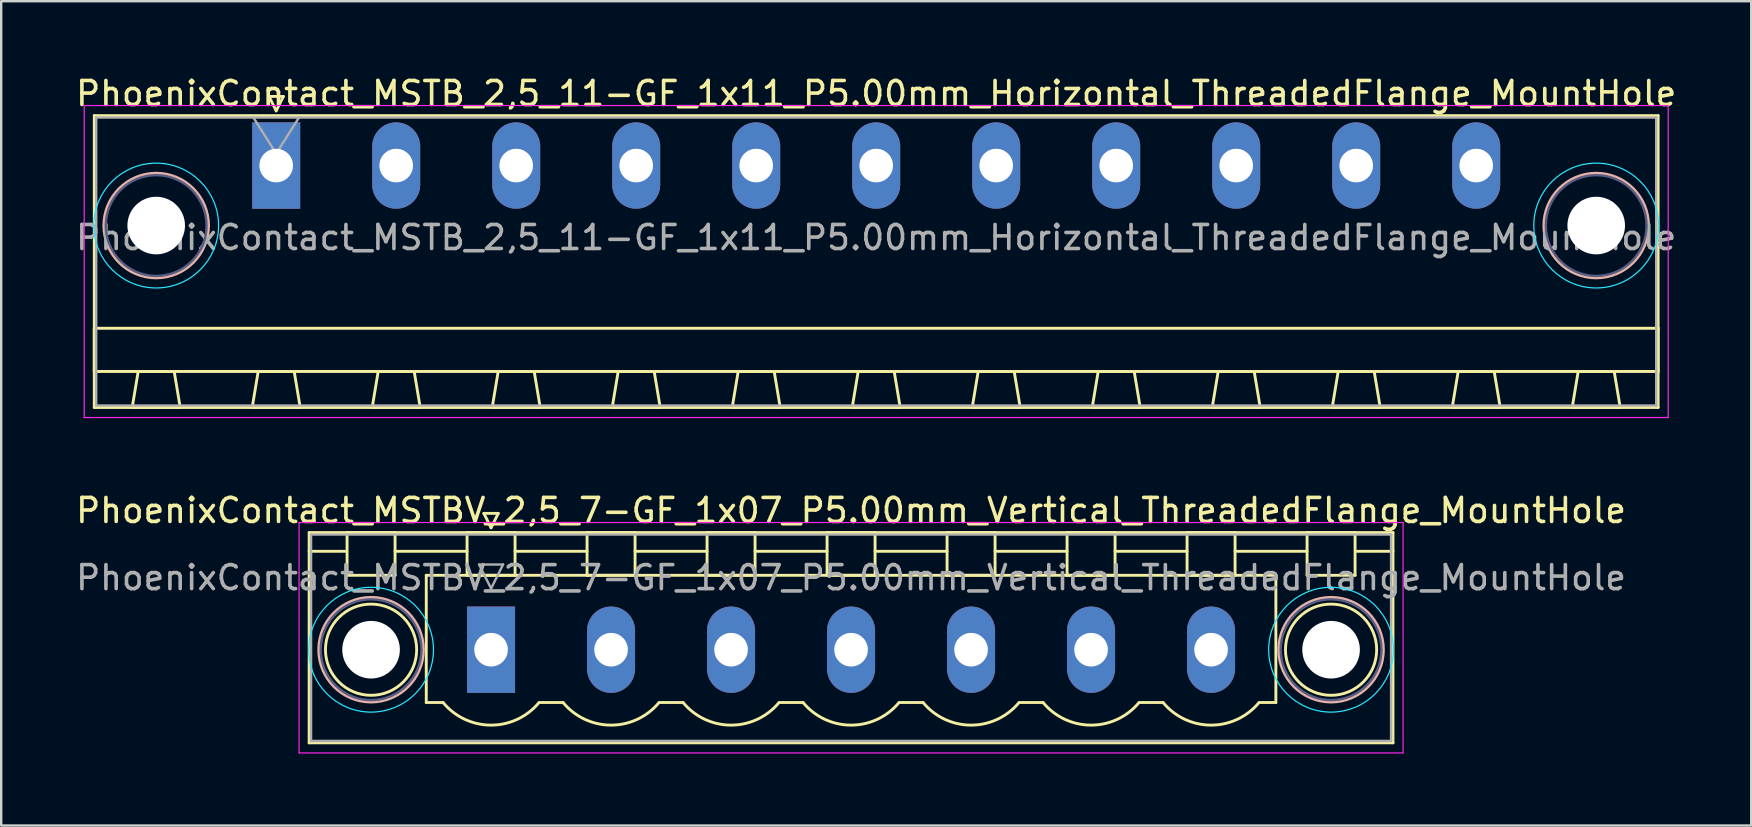
<source format=kicad_pcb>
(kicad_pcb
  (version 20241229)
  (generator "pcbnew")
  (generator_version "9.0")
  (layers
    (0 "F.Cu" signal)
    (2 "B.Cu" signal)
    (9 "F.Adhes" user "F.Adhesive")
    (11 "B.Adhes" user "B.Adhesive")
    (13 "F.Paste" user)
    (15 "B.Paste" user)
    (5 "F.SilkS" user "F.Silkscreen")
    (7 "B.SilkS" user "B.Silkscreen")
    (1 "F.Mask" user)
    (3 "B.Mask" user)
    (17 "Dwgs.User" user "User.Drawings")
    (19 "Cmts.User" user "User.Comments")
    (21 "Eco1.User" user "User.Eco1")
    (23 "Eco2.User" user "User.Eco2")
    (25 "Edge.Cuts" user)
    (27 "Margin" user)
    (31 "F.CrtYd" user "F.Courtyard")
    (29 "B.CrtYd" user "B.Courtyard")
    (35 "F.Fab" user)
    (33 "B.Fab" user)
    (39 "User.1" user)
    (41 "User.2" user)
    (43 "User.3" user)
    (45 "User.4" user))
  (footprint "PhoenixContact_MSTB_2,5_11-GF_1x11_P5.00mm_Horizontal_ThreadedFlange_MountHole"
    (layer "F.Cu")
    (at 8.458 3.848)
    (property "Reference" "PhoenixContact_MSTB_2,5_11-GF_1x11_P5.00mm_Horizontal_ThreadedFlange_MountHole" (at 25 -3 0) (layer "F.SilkS") (effects (font (size 1 1) (thickness 0.15))))
    (attr through_hole)
    (fp_line (start -7.58 -2.08) (end -7.58 10.08) (stroke (width 0.12) (type solid)) (layer "F.SilkS"))
    (fp_line (start -7.58 6.78) (end 57.58 6.78) (stroke (width 0.12) (type solid)) (layer "F.SilkS"))
    (fp_line (start -7.58 8.58) (end -7.58 6.78) (stroke (width 0.12) (type solid)) (layer "F.SilkS"))
    (fp_line (start -7.58 10.08) (end 57.58 10.08) (stroke (width 0.12) (type solid)) (layer "F.SilkS"))
    (fp_line (start -6 10.08) (end -4 10.08) (stroke (width 0.12) (type solid)) (layer "F.SilkS"))
    (fp_line (start -5.75 8.58) (end -6 10.08) (stroke (width 0.12) (type solid)) (layer "F.SilkS"))
    (fp_line (start -4.25 8.58) (end -5.75 8.58) (stroke (width 0.12) (type solid)) (layer "F.SilkS"))
    (fp_line (start -4 10.08) (end -4.25 8.58) (stroke (width 0.12) (type solid)) (layer "F.SilkS"))
    (fp_line (start -1 10.08) (end 1 10.08) (stroke (width 0.12) (type solid)) (layer "F.SilkS"))
    (fp_line (start -0.75 8.58) (end -1 10.08) (stroke (width 0.12) (type solid)) (layer "F.SilkS"))
    (fp_line (start -0.3 -2.88) (end 0.3 -2.88) (stroke (width 0.12) (type solid)) (layer "F.SilkS"))
    (fp_line (start 0 -2.28) (end -0.3 -2.88) (stroke (width 0.12) (type solid)) (layer "F.SilkS"))
    (fp_line (start 0.3 -2.88) (end 0 -2.28) (stroke (width 0.12) (type solid)) (layer "F.SilkS"))
    (fp_line (start 0.75 8.58) (end -0.75 8.58) (stroke (width 0.12) (type solid)) (layer "F.SilkS"))
    (fp_line (start 1 10.08) (end 0.75 8.58) (stroke (width 0.12) (type solid)) (layer "F.SilkS"))
    (fp_line (start 4 10.08) (end 6 10.08) (stroke (width 0.12) (type solid)) (layer "F.SilkS"))
    (fp_line (start 4.25 8.58) (end 4 10.08) (stroke (width 0.12) (type solid)) (layer "F.SilkS"))
    (fp_line (start 5.75 8.58) (end 4.25 8.58) (stroke (width 0.12) (type solid)) (layer "F.SilkS"))
    (fp_line (start 6 10.08) (end 5.75 8.58) (stroke (width 0.12) (type solid)) (layer "F.SilkS"))
    (fp_line (start 9 10.08) (end 11 10.08) (stroke (width 0.12) (type solid)) (layer "F.SilkS"))
    (fp_line (start 9.25 8.58) (end 9 10.08) (stroke (width 0.12) (type solid)) (layer "F.SilkS"))
    (fp_line (start 10.75 8.58) (end 9.25 8.58) (stroke (width 0.12) (type solid)) (layer "F.SilkS"))
    (fp_line (start 11 10.08) (end 10.75 8.58) (stroke (width 0.12) (type solid)) (layer "F.SilkS"))
    (fp_line (start 14 10.08) (end 16 10.08) (stroke (width 0.12) (type solid)) (layer "F.SilkS"))
    (fp_line (start 14.25 8.58) (end 14 10.08) (stroke (width 0.12) (type solid)) (layer "F.SilkS"))
    (fp_line (start 15.75 8.58) (end 14.25 8.58) (stroke (width 0.12) (type solid)) (layer "F.SilkS"))
    (fp_line (start 16 10.08) (end 15.75 8.58) (stroke (width 0.12) (type solid)) (layer "F.SilkS"))
    (fp_line (start 19 10.08) (end 21 10.08) (stroke (width 0.12) (type solid)) (layer "F.SilkS"))
    (fp_line (start 19.25 8.58) (end 19 10.08) (stroke (width 0.12) (type solid)) (layer "F.SilkS"))
    (fp_line (start 20.75 8.58) (end 19.25 8.58) (stroke (width 0.12) (type solid)) (layer "F.SilkS"))
    (fp_line (start 21 10.08) (end 20.75 8.58) (stroke (width 0.12) (type solid)) (layer "F.SilkS"))
    (fp_line (start 24 10.08) (end 26 10.08) (stroke (width 0.12) (type solid)) (layer "F.SilkS"))
    (fp_line (start 24.25 8.58) (end 24 10.08) (stroke (width 0.12) (type solid)) (layer "F.SilkS"))
    (fp_line (start 25.75 8.58) (end 24.25 8.58) (stroke (width 0.12) (type solid)) (layer "F.SilkS"))
    (fp_line (start 26 10.08) (end 25.75 8.58) (stroke (width 0.12) (type solid)) (layer "F.SilkS"))
    (fp_line (start 29 10.08) (end 31 10.08) (stroke (width 0.12) (type solid)) (layer "F.SilkS"))
    (fp_line (start 29.25 8.58) (end 29 10.08) (stroke (width 0.12) (type solid)) (layer "F.SilkS"))
    (fp_line (start 30.75 8.58) (end 29.25 8.58) (stroke (width 0.12) (type solid)) (layer "F.SilkS"))
    (fp_line (start 31 10.08) (end 30.75 8.58) (stroke (width 0.12) (type solid)) (layer "F.SilkS"))
    (fp_line (start 34 10.08) (end 36 10.08) (stroke (width 0.12) (type solid)) (layer "F.SilkS"))
    (fp_line (start 34.25 8.58) (end 34 10.08) (stroke (width 0.12) (type solid)) (layer "F.SilkS"))
    (fp_line (start 35.75 8.58) (end 34.25 8.58) (stroke (width 0.12) (type solid)) (layer "F.SilkS"))
    (fp_line (start 36 10.08) (end 35.75 8.58) (stroke (width 0.12) (type solid)) (layer "F.SilkS"))
    (fp_line (start 39 10.08) (end 41 10.08) (stroke (width 0.12) (type solid)) (layer "F.SilkS"))
    (fp_line (start 39.25 8.58) (end 39 10.08) (stroke (width 0.12) (type solid)) (layer "F.SilkS"))
    (fp_line (start 40.75 8.58) (end 39.25 8.58) (stroke (width 0.12) (type solid)) (layer "F.SilkS"))
    (fp_line (start 41 10.08) (end 40.75 8.58) (stroke (width 0.12) (type solid)) (layer "F.SilkS"))
    (fp_line (start 44 10.08) (end 46 10.08) (stroke (width 0.12) (type solid)) (layer "F.SilkS"))
    (fp_line (start 44.25 8.58) (end 44 10.08) (stroke (width 0.12) (type solid)) (layer "F.SilkS"))
    (fp_line (start 45.75 8.58) (end 44.25 8.58) (stroke (width 0.12) (type solid)) (layer "F.SilkS"))
    (fp_line (start 46 10.08) (end 45.75 8.58) (stroke (width 0.12) (type solid)) (layer "F.SilkS"))
    (fp_line (start 49 10.08) (end 51 10.08) (stroke (width 0.12) (type solid)) (layer "F.SilkS"))
    (fp_line (start 49.25 8.58) (end 49 10.08) (stroke (width 0.12) (type solid)) (layer "F.SilkS"))
    (fp_line (start 50.75 8.58) (end 49.25 8.58) (stroke (width 0.12) (type solid)) (layer "F.SilkS"))
    (fp_line (start 51 10.08) (end 50.75 8.58) (stroke (width 0.12) (type solid)) (layer "F.SilkS"))
    (fp_line (start 54 10.08) (end 56 10.08) (stroke (width 0.12) (type solid)) (layer "F.SilkS"))
    (fp_line (start 54.25 8.58) (end 54 10.08) (stroke (width 0.12) (type solid)) (layer "F.SilkS"))
    (fp_line (start 55.75 8.58) (end 54.25 8.58) (stroke (width 0.12) (type solid)) (layer "F.SilkS"))
    (fp_line (start 56 10.08) (end 55.75 8.58) (stroke (width 0.12) (type solid)) (layer "F.SilkS"))
    (fp_line (start 57.58 -2.08) (end -7.58 -2.08) (stroke (width 0.12) (type solid)) (layer "F.SilkS"))
    (fp_line (start 57.58 6.78) (end 57.58 8.58) (stroke (width 0.12) (type solid)) (layer "F.SilkS"))
    (fp_line (start 57.58 8.58) (end -7.58 8.58) (stroke (width 0.12) (type solid)) (layer "F.SilkS"))
    (fp_line (start 57.58 10.08) (end 57.58 -2.08) (stroke (width 0.12) (type solid)) (layer "F.SilkS"))
    (fp_circle (center -5 2.5) (end -2.82 2.5) (stroke (width 0.12) (type solid)) (fill no) (layer "B.SilkS"))
    (fp_circle (center 55 2.5) (end 57.18 2.5) (stroke (width 0.12) (type solid)) (fill no) (layer "B.SilkS"))
    (fp_circle (center -5 2.5) (end -2.4 2.5) (stroke (width 0.05) (type solid)) (fill no) (layer "B.CrtYd"))
    (fp_circle (center 55 2.5) (end 57.6 2.5) (stroke (width 0.05) (type solid)) (fill no) (layer "B.CrtYd"))
    (fp_line (start -8 -2.5) (end -8 10.5) (stroke (width 0.05) (type solid)) (layer "F.CrtYd"))
    (fp_line (start -8 10.5) (end 58 10.5) (stroke (width 0.05) (type solid)) (layer "F.CrtYd"))
    (fp_line (start 58 -2.5) (end -8 -2.5) (stroke (width 0.05) (type solid)) (layer "F.CrtYd"))
    (fp_line (start 58 10.5) (end 58 -2.5) (stroke (width 0.05) (type solid)) (layer "F.CrtYd"))
    (fp_circle (center -5 2.5) (end -2.9 2.5) (stroke (width 0.1) (type solid)) (fill no) (layer "B.Fab"))
    (fp_circle (center 55 2.5) (end 57.1 2.5) (stroke (width 0.1) (type solid)) (fill no) (layer "B.Fab"))
    (fp_line (start -7.5 -2) (end -7.5 10) (stroke (width 0.1) (type solid)) (layer "F.Fab"))
    (fp_line (start -7.5 10) (end 57.5 10) (stroke (width 0.1) (type solid)) (layer "F.Fab"))
    (fp_line (start 0 -0.5) (end -0.95 -2) (stroke (width 0.1) (type solid)) (layer "F.Fab"))
    (fp_line (start 0.95 -2) (end 0 -0.5) (stroke (width 0.1) (type solid)) (layer "F.Fab"))
    (fp_line (start 57.5 -2) (end -7.5 -2) (stroke (width 0.1) (type solid)) (layer "F.Fab"))
    (fp_line (start 57.5 10) (end 57.5 -2) (stroke (width 0.1) (type solid)) (layer "F.Fab"))
    (fp_text user "${REFERENCE}" (at 25 3 0) (layer "F.Fab") (effects (font (size 1 1) (thickness 0.15))))
    (pad "" np_thru_hole circle (at -5 2.5) (size 2.4 2.4) (drill 2.4) (layers "*.Cu" "*.Mask"))
    (pad "" np_thru_hole circle (at 55 2.5) (size 2.4 2.4) (drill 2.4) (layers "*.Cu" "*.Mask"))
    (pad "1" thru_hole rect (at 0 0) (size 2 3.6) (drill 1.4) (layers "*.Cu" "*.Mask"))
    (pad "2" thru_hole oval (at 5 0) (size 2 3.6) (drill 1.4) (layers "*.Cu" "*.Mask"))
    (pad "3" thru_hole oval (at 10 0) (size 2 3.6) (drill 1.4) (layers "*.Cu" "*.Mask"))
    (pad "4" thru_hole oval (at 15 0) (size 2 3.6) (drill 1.4) (layers "*.Cu" "*.Mask"))
    (pad "5" thru_hole oval (at 20 0) (size 2 3.6) (drill 1.4) (layers "*.Cu" "*.Mask"))
    (pad "6" thru_hole oval (at 25 0) (size 2 3.6) (drill 1.4) (layers "*.Cu" "*.Mask"))
    (pad "7" thru_hole oval (at 30 0) (size 2 3.6) (drill 1.4) (layers "*.Cu" "*.Mask"))
    (pad "8" thru_hole oval (at 35 0) (size 2 3.6) (drill 1.4) (layers "*.Cu" "*.Mask"))
    (pad "9" thru_hole oval (at 40 0) (size 2 3.6) (drill 1.4) (layers "*.Cu" "*.Mask"))
    (pad "10" thru_hole oval (at 45 0) (size 2 3.6) (drill 1.4) (layers "*.Cu" "*.Mask"))
    (pad "11" thru_hole oval (at 50 0) (size 2 3.6) (drill 1.4) (layers "*.Cu" "*.Mask")))
  (footprint "PhoenixContact_MSTBV_2,5_7-GF_1x07_P5.00mm_Vertical_ThreadedFlange_MountHole"
    (layer "F.Cu")
    (at 17.411 24.021)
    (property "Reference" "PhoenixContact_MSTBV_2,5_7-GF_1x07_P5.00mm_Vertical_ThreadedFlange_MountHole" (at 15 -5.8 0) (layer "F.SilkS") (effects (font (size 1 1) (thickness 0.15))))
    (attr through_hole)
    (fp_line (start -7.58 -4.88) (end -7.58 3.88) (stroke (width 0.12) (type solid)) (layer "F.SilkS"))
    (fp_line (start -7.58 -4.1) (end -6.08 -4.1) (stroke (width 0.12) (type solid)) (layer "F.SilkS"))
    (fp_line (start -7.58 3.88) (end 37.58 3.88) (stroke (width 0.12) (type solid)) (layer "F.SilkS"))
    (fp_line (start -6 -4.88) (end -4 -4.88) (stroke (width 0.12) (type solid)) (layer "F.SilkS"))
    (fp_line (start -6 -3.1) (end -6 -4.88) (stroke (width 0.12) (type solid)) (layer "F.SilkS"))
    (fp_line (start -4 -4.88) (end -4 -3.1) (stroke (width 0.12) (type solid)) (layer "F.SilkS"))
    (fp_line (start -4 -4.1) (end -1 -4.1) (stroke (width 0.12) (type solid)) (layer "F.SilkS"))
    (fp_line (start -4 -3.1) (end -6 -3.1) (stroke (width 0.12) (type solid)) (layer "F.SilkS"))
    (fp_line (start -2.7 -3.1) (end 32.7 -3.1) (stroke (width 0.12) (type solid)) (layer "F.SilkS"))
    (fp_line (start -2.7 2.2) (end -2.7 -3.1) (stroke (width 0.12) (type solid)) (layer "F.SilkS"))
    (fp_line (start -2 2.2) (end -2.7 2.2) (stroke (width 0.12) (type solid)) (layer "F.SilkS"))
    (fp_line (start -1 -4.88) (end 1 -4.88) (stroke (width 0.12) (type solid)) (layer "F.SilkS"))
    (fp_line (start -1 -3.1) (end -1 -4.88) (stroke (width 0.12) (type solid)) (layer "F.SilkS"))
    (fp_line (start -0.3 -5.68) (end 0.3 -5.68) (stroke (width 0.12) (type solid)) (layer "F.SilkS"))
    (fp_line (start 0 -5.08) (end -0.3 -5.68) (stroke (width 0.12) (type solid)) (layer "F.SilkS"))
    (fp_line (start 0.3 -5.68) (end 0 -5.08) (stroke (width 0.12) (type solid)) (layer "F.SilkS"))
    (fp_line (start 1 -4.88) (end 1 -3.1) (stroke (width 0.12) (type solid)) (layer "F.SilkS"))
    (fp_line (start 1 -4.1) (end 4 -4.1) (stroke (width 0.12) (type solid)) (layer "F.SilkS"))
    (fp_line (start 1 -3.1) (end -1 -3.1) (stroke (width 0.12) (type solid)) (layer "F.SilkS"))
    (fp_line (start 2 2.2) (end 3 2.2) (stroke (width 0.12) (type solid)) (layer "F.SilkS"))
    (fp_line (start 4 -4.88) (end 6 -4.88) (stroke (width 0.12) (type solid)) (layer "F.SilkS"))
    (fp_line (start 4 -3.1) (end 4 -4.88) (stroke (width 0.12) (type solid)) (layer "F.SilkS"))
    (fp_line (start 6 -4.88) (end 6 -3.1) (stroke (width 0.12) (type solid)) (layer "F.SilkS"))
    (fp_line (start 6 -4.1) (end 9 -4.1) (stroke (width 0.12) (type solid)) (layer "F.SilkS"))
    (fp_line (start 6 -3.1) (end 4 -3.1) (stroke (width 0.12) (type solid)) (layer "F.SilkS"))
    (fp_line (start 7 2.2) (end 8 2.2) (stroke (width 0.12) (type solid)) (layer "F.SilkS"))
    (fp_line (start 9 -4.88) (end 11 -4.88) (stroke (width 0.12) (type solid)) (layer "F.SilkS"))
    (fp_line (start 9 -3.1) (end 9 -4.88) (stroke (width 0.12) (type solid)) (layer "F.SilkS"))
    (fp_line (start 11 -4.88) (end 11 -3.1) (stroke (width 0.12) (type solid)) (layer "F.SilkS"))
    (fp_line (start 11 -4.1) (end 14 -4.1) (stroke (width 0.12) (type solid)) (layer "F.SilkS"))
    (fp_line (start 11 -3.1) (end 9 -3.1) (stroke (width 0.12) (type solid)) (layer "F.SilkS"))
    (fp_line (start 12 2.2) (end 13 2.2) (stroke (width 0.12) (type solid)) (layer "F.SilkS"))
    (fp_line (start 14 -4.88) (end 16 -4.88) (stroke (width 0.12) (type solid)) (layer "F.SilkS"))
    (fp_line (start 14 -3.1) (end 14 -4.88) (stroke (width 0.12) (type solid)) (layer "F.SilkS"))
    (fp_line (start 16 -4.88) (end 16 -3.1) (stroke (width 0.12) (type solid)) (layer "F.SilkS"))
    (fp_line (start 16 -4.1) (end 19 -4.1) (stroke (width 0.12) (type solid)) (layer "F.SilkS"))
    (fp_line (start 16 -3.1) (end 14 -3.1) (stroke (width 0.12) (type solid)) (layer "F.SilkS"))
    (fp_line (start 17 2.2) (end 18 2.2) (stroke (width 0.12) (type solid)) (layer "F.SilkS"))
    (fp_line (start 19 -4.88) (end 21 -4.88) (stroke (width 0.12) (type solid)) (layer "F.SilkS"))
    (fp_line (start 19 -3.1) (end 19 -4.88) (stroke (width 0.12) (type solid)) (layer "F.SilkS"))
    (fp_line (start 21 -4.88) (end 21 -3.1) (stroke (width 0.12) (type solid)) (layer "F.SilkS"))
    (fp_line (start 21 -4.1) (end 24 -4.1) (stroke (width 0.12) (type solid)) (layer "F.SilkS"))
    (fp_line (start 21 -3.1) (end 19 -3.1) (stroke (width 0.12) (type solid)) (layer "F.SilkS"))
    (fp_line (start 22 2.2) (end 23 2.2) (stroke (width 0.12) (type solid)) (layer "F.SilkS"))
    (fp_line (start 24 -4.88) (end 26 -4.88) (stroke (width 0.12) (type solid)) (layer "F.SilkS"))
    (fp_line (start 24 -3.1) (end 24 -4.88) (stroke (width 0.12) (type solid)) (layer "F.SilkS"))
    (fp_line (start 26 -4.88) (end 26 -3.1) (stroke (width 0.12) (type solid)) (layer "F.SilkS"))
    (fp_line (start 26 -4.1) (end 29 -4.1) (stroke (width 0.12) (type solid)) (layer "F.SilkS"))
    (fp_line (start 26 -3.1) (end 24 -3.1) (stroke (width 0.12) (type solid)) (layer "F.SilkS"))
    (fp_line (start 27 2.2) (end 28 2.2) (stroke (width 0.12) (type solid)) (layer "F.SilkS"))
    (fp_line (start 29 -4.88) (end 31 -4.88) (stroke (width 0.12) (type solid)) (layer "F.SilkS"))
    (fp_line (start 29 -3.1) (end 29 -4.88) (stroke (width 0.12) (type solid)) (layer "F.SilkS"))
    (fp_line (start 31 -4.88) (end 31 -3.1) (stroke (width 0.12) (type solid)) (layer "F.SilkS"))
    (fp_line (start 31 -4.1) (end 34 -4.1) (stroke (width 0.12) (type solid)) (layer "F.SilkS"))
    (fp_line (start 31 -3.1) (end 29 -3.1) (stroke (width 0.12) (type solid)) (layer "F.SilkS"))
    (fp_line (start 32.7 -3.1) (end 32.7 2.2) (stroke (width 0.12) (type solid)) (layer "F.SilkS"))
    (fp_line (start 32.7 2.2) (end 32 2.2) (stroke (width 0.12) (type solid)) (layer "F.SilkS"))
    (fp_line (start 34 -4.88) (end 36 -4.88) (stroke (width 0.12) (type solid)) (layer "F.SilkS"))
    (fp_line (start 34 -3.1) (end 34 -4.88) (stroke (width 0.12) (type solid)) (layer "F.SilkS"))
    (fp_line (start 36 -4.88) (end 36 -3.1) (stroke (width 0.12) (type solid)) (layer "F.SilkS"))
    (fp_line (start 36 -3.1) (end 34 -3.1) (stroke (width 0.12) (type solid)) (layer "F.SilkS"))
    (fp_line (start 37.58 -4.88) (end -7.58 -4.88) (stroke (width 0.12) (type solid)) (layer "F.SilkS"))
    (fp_line (start 37.58 -4.1) (end 36.08 -4.1) (stroke (width 0.12) (type solid)) (layer "F.SilkS"))
    (fp_line (start 37.58 3.88) (end 37.58 -4.88) (stroke (width 0.12) (type solid)) (layer "F.SilkS"))
    (fp_arc (start 1.986842 2.215821) (mid -0.010289 3.142758) (end -2 2.2) (stroke (width 0.12) (type solid)) (layer "F.SilkS"))
    (fp_arc (start 6.986842 2.215821) (mid 4.989711 3.142758) (end 3 2.2) (stroke (width 0.12) (type solid)) (layer "F.SilkS"))
    (fp_arc (start 11.986842 2.215821) (mid 9.989711 3.142758) (end 8 2.2) (stroke (width 0.12) (type solid)) (layer "F.SilkS"))
    (fp_arc (start 16.986842 2.215821) (mid 14.989711 3.142758) (end 13 2.2) (stroke (width 0.12) (type solid)) (layer "F.SilkS"))
    (fp_arc (start 21.986842 2.215821) (mid 19.989711 3.142758) (end 18 2.2) (stroke (width 0.12) (type solid)) (layer "F.SilkS"))
    (fp_arc (start 26.986842 2.215821) (mid 24.989711 3.142758) (end 23 2.2) (stroke (width 0.12) (type solid)) (layer "F.SilkS"))
    (fp_arc (start 31.986842 2.215821) (mid 29.989711 3.142758) (end 28 2.2) (stroke (width 0.12) (type solid)) (layer "F.SilkS"))
    (fp_circle (center -5 0) (end -3.1 0) (stroke (width 0.12) (type solid)) (fill no) (layer "F.SilkS"))
    (fp_circle (center 35 0) (end 36.9 0) (stroke (width 0.12) (type solid)) (fill no) (layer "F.SilkS"))
    (fp_circle (center -5 0) (end -2.82 0) (stroke (width 0.12) (type solid)) (fill no) (layer "B.SilkS"))
    (fp_circle (center 35 0) (end 37.18 0) (stroke (width 0.12) (type solid)) (fill no) (layer "B.SilkS"))
    (fp_circle (center -5 0) (end -2.4 0) (stroke (width 0.05) (type solid)) (fill no) (layer "B.CrtYd"))
    (fp_circle (center 35 0) (end 37.6 0) (stroke (width 0.05) (type solid)) (fill no) (layer "B.CrtYd"))
    (fp_line (start -8 -5.3) (end -8 4.3) (stroke (width 0.05) (type solid)) (layer "F.CrtYd"))
    (fp_line (start -8 4.3) (end 38 4.3) (stroke (width 0.05) (type solid)) (layer "F.CrtYd"))
    (fp_line (start 38 -5.3) (end -8 -5.3) (stroke (width 0.05) (type solid)) (layer "F.CrtYd"))
    (fp_line (start 38 4.3) (end 38 -5.3) (stroke (width 0.05) (type solid)) (layer "F.CrtYd"))
    (fp_circle (center -5 0) (end -2.9 0) (stroke (width 0.1) (type solid)) (fill no) (layer "B.Fab"))
    (fp_circle (center 35 0) (end 37.1 0) (stroke (width 0.1) (type solid)) (fill no) (layer "B.Fab"))
    (fp_line (start -7.5 -4.8) (end -7.5 3.8) (stroke (width 0.1) (type solid)) (layer "F.Fab"))
    (fp_line (start -7.5 3.8) (end 37.5 3.8) (stroke (width 0.1) (type solid)) (layer "F.Fab"))
    (fp_line (start -0.5 -3.55) (end 0.5 -3.55) (stroke (width 0.1) (type solid)) (layer "F.Fab"))
    (fp_line (start 0 -2.55) (end -0.5 -3.55) (stroke (width 0.1) (type solid)) (layer "F.Fab"))
    (fp_line (start 0.5 -3.55) (end 0 -2.55) (stroke (width 0.1) (type solid)) (layer "F.Fab"))
    (fp_line (start 37.5 -4.8) (end -7.5 -4.8) (stroke (width 0.1) (type solid)) (layer "F.Fab"))
    (fp_line (start 37.5 3.8) (end 37.5 -4.8) (stroke (width 0.1) (type solid)) (layer "F.Fab"))
    (fp_text user "${REFERENCE}" (at 15 -3 0) (layer "F.Fab") (effects (font (size 1 1) (thickness 0.15))))
    (pad "" np_thru_hole circle (at -5 0) (size 2.4 2.4) (drill 2.4) (layers "*.Cu" "*.Mask"))
    (pad "" np_thru_hole circle (at 35 0) (size 2.4 2.4) (drill 2.4) (layers "*.Cu" "*.Mask"))
    (pad "1" thru_hole rect (at 0 0) (size 2 3.6) (drill 1.4) (layers "*.Cu" "*.Mask"))
    (pad "2" thru_hole oval (at 5 0) (size 2 3.6) (drill 1.4) (layers "*.Cu" "*.Mask"))
    (pad "3" thru_hole oval (at 10 0) (size 2 3.6) (drill 1.4) (layers "*.Cu" "*.Mask"))
    (pad "4" thru_hole oval (at 15 0) (size 2 3.6) (drill 1.4) (layers "*.Cu" "*.Mask"))
    (pad "5" thru_hole oval (at 20 0) (size 2 3.6) (drill 1.4) (layers "*.Cu" "*.Mask"))
    (pad "6" thru_hole oval (at 25 0) (size 2 3.6) (drill 1.4) (layers "*.Cu" "*.Mask"))
    (pad "7" thru_hole oval (at 30 0) (size 2 3.6) (drill 1.4) (layers "*.Cu" "*.Mask")))
  (gr_rect
    (start -3 -3)
    (end 69.917 31.346)
    (stroke (width 0.1) (type default))
    (fill no)
    (layer "Edge.Cuts")))
</source>
